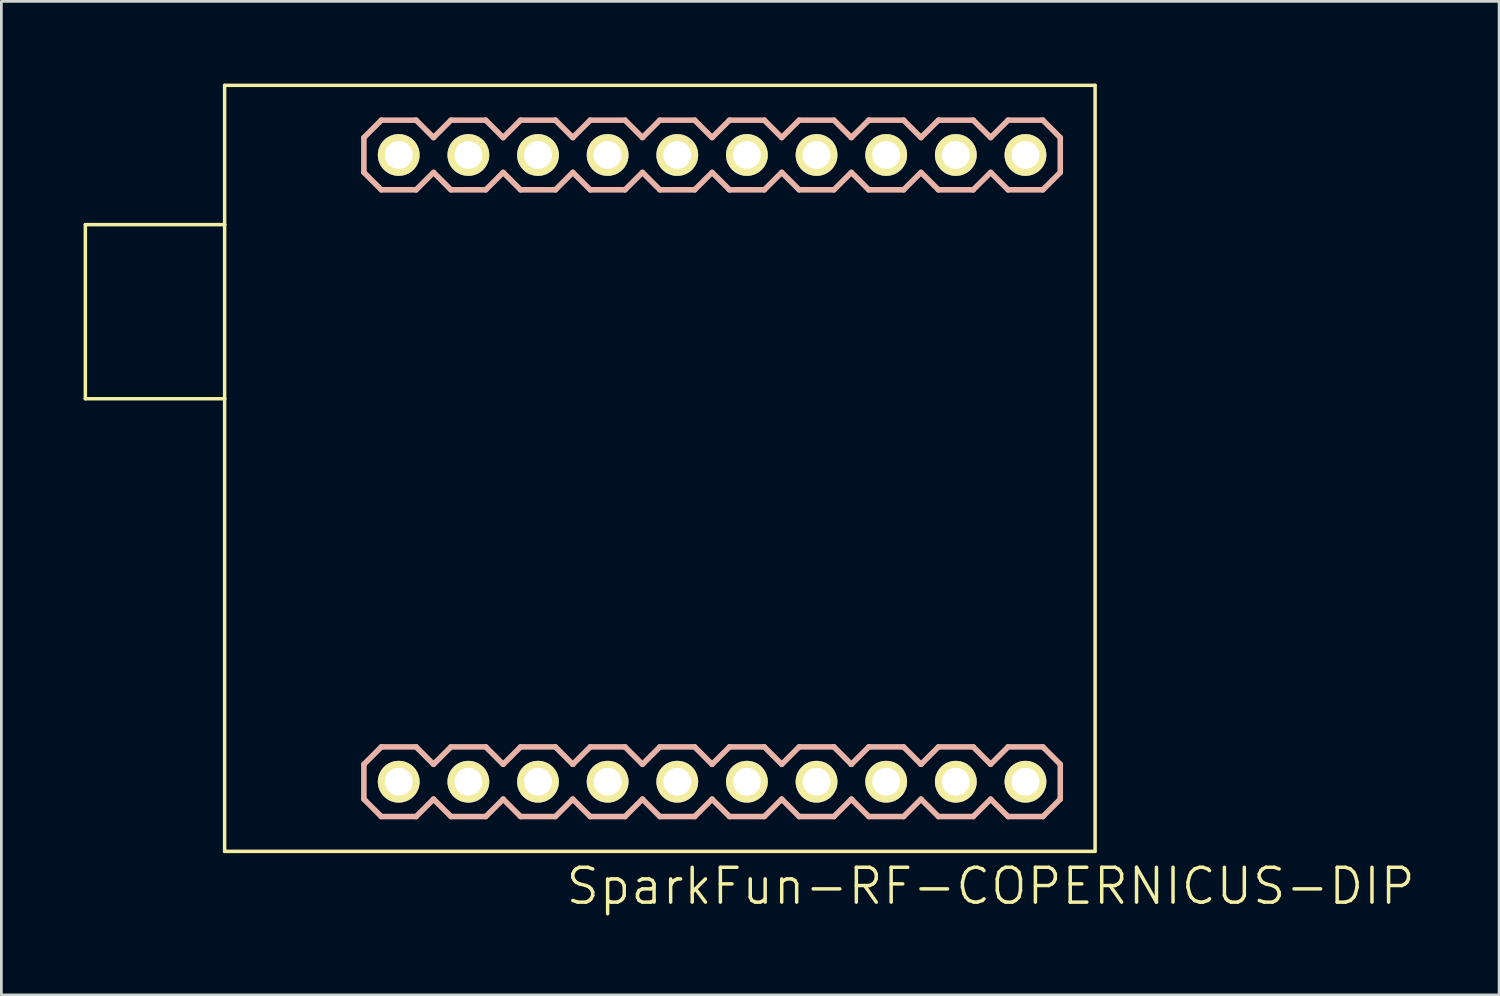
<source format=kicad_pcb>
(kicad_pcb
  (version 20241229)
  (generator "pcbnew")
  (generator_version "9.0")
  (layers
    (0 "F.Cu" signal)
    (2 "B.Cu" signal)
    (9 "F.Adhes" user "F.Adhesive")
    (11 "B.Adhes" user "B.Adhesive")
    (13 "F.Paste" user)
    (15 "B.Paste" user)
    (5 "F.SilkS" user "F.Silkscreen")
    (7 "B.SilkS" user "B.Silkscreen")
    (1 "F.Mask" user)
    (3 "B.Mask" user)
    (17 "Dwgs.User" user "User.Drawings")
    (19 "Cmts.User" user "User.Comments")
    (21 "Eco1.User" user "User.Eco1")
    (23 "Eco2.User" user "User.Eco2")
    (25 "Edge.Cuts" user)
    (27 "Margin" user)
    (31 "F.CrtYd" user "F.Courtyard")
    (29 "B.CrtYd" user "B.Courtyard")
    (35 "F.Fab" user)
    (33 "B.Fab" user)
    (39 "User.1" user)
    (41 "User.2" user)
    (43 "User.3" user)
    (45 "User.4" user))
  (footprint "SparkFun-RF-COPERNICUS-DIP"
    (layer "F.Cu")
    (at 11.493 25.463)
    (property "Reference" "SparkFun-RF-COPERNICUS-DIP" (at 21.59 3.81 0) (layer "F.SilkS") (effects (font (size 1.27 1.27) (thickness 0.127))))
    (attr exclude_from_pos_files exclude_from_bom)
    (fp_line (start -11.43 -20.32) (end -11.43 -13.97) (stroke (width 0.127) (type solid)) (layer "F.SilkS"))
    (fp_line (start -11.43 -13.97) (end -6.35 -13.97) (stroke (width 0.127) (type solid)) (layer "F.SilkS"))
    (fp_line (start -6.35 -25.4) (end -6.35 -20.32) (stroke (width 0.127) (type solid)) (layer "F.SilkS"))
    (fp_line (start -6.35 -20.32) (end -11.43 -20.32) (stroke (width 0.127) (type solid)) (layer "F.SilkS"))
    (fp_line (start -6.35 -20.32) (end -6.35 -13.97) (stroke (width 0.127) (type solid)) (layer "F.SilkS"))
    (fp_line (start -6.35 -13.97) (end -6.35 2.54) (stroke (width 0.127) (type solid)) (layer "F.SilkS"))
    (fp_line (start -6.35 2.54) (end 25.4 2.54) (stroke (width 0.127) (type solid)) (layer "F.SilkS"))
    (fp_line (start -0.254 -23.114) (end 0.254 -23.114) (stroke (width 0.066) (type solid)) (layer "F.SilkS"))
    (fp_line (start -0.254 -22.606) (end -0.254 -23.114) (stroke (width 0.066) (type solid)) (layer "F.SilkS"))
    (fp_line (start -0.254 -22.606) (end 0.254 -22.606) (stroke (width 0.066) (type solid)) (layer "F.SilkS"))
    (fp_line (start -0.254 -0.254) (end 0.254 -0.254) (stroke (width 0.066) (type solid)) (layer "F.SilkS"))
    (fp_line (start -0.254 0.254) (end -0.254 -0.254) (stroke (width 0.066) (type solid)) (layer "F.SilkS"))
    (fp_line (start -0.254 0.254) (end 0.254 0.254) (stroke (width 0.066) (type solid)) (layer "F.SilkS"))
    (fp_line (start 0.254 -22.606) (end 0.254 -23.114) (stroke (width 0.066) (type solid)) (layer "F.SilkS"))
    (fp_line (start 0.254 0.254) (end 0.254 -0.254) (stroke (width 0.066) (type solid)) (layer "F.SilkS"))
    (fp_line (start 2.286 -23.114) (end 2.794 -23.114) (stroke (width 0.066) (type solid)) (layer "F.SilkS"))
    (fp_line (start 2.286 -22.606) (end 2.286 -23.114) (stroke (width 0.066) (type solid)) (layer "F.SilkS"))
    (fp_line (start 2.286 -22.606) (end 2.794 -22.606) (stroke (width 0.066) (type solid)) (layer "F.SilkS"))
    (fp_line (start 2.286 -0.254) (end 2.794 -0.254) (stroke (width 0.066) (type solid)) (layer "F.SilkS"))
    (fp_line (start 2.286 0.254) (end 2.286 -0.254) (stroke (width 0.066) (type solid)) (layer "F.SilkS"))
    (fp_line (start 2.286 0.254) (end 2.794 0.254) (stroke (width 0.066) (type solid)) (layer "F.SilkS"))
    (fp_line (start 2.794 -22.606) (end 2.794 -23.114) (stroke (width 0.066) (type solid)) (layer "F.SilkS"))
    (fp_line (start 2.794 0.254) (end 2.794 -0.254) (stroke (width 0.066) (type solid)) (layer "F.SilkS"))
    (fp_line (start 4.826 -23.114) (end 5.334 -23.114) (stroke (width 0.066) (type solid)) (layer "F.SilkS"))
    (fp_line (start 4.826 -22.606) (end 4.826 -23.114) (stroke (width 0.066) (type solid)) (layer "F.SilkS"))
    (fp_line (start 4.826 -22.606) (end 5.334 -22.606) (stroke (width 0.066) (type solid)) (layer "F.SilkS"))
    (fp_line (start 4.826 -0.254) (end 5.334 -0.254) (stroke (width 0.066) (type solid)) (layer "F.SilkS"))
    (fp_line (start 4.826 0.254) (end 4.826 -0.254) (stroke (width 0.066) (type solid)) (layer "F.SilkS"))
    (fp_line (start 4.826 0.254) (end 5.334 0.254) (stroke (width 0.066) (type solid)) (layer "F.SilkS"))
    (fp_line (start 5.334 -22.606) (end 5.334 -23.114) (stroke (width 0.066) (type solid)) (layer "F.SilkS"))
    (fp_line (start 5.334 0.254) (end 5.334 -0.254) (stroke (width 0.066) (type solid)) (layer "F.SilkS"))
    (fp_line (start 7.366 -23.114) (end 7.874 -23.114) (stroke (width 0.066) (type solid)) (layer "F.SilkS"))
    (fp_line (start 7.366 -22.606) (end 7.366 -23.114) (stroke (width 0.066) (type solid)) (layer "F.SilkS"))
    (fp_line (start 7.366 -22.606) (end 7.874 -22.606) (stroke (width 0.066) (type solid)) (layer "F.SilkS"))
    (fp_line (start 7.366 -0.254) (end 7.874 -0.254) (stroke (width 0.066) (type solid)) (layer "F.SilkS"))
    (fp_line (start 7.366 0.254) (end 7.366 -0.254) (stroke (width 0.066) (type solid)) (layer "F.SilkS"))
    (fp_line (start 7.366 0.254) (end 7.874 0.254) (stroke (width 0.066) (type solid)) (layer "F.SilkS"))
    (fp_line (start 7.874 -22.606) (end 7.874 -23.114) (stroke (width 0.066) (type solid)) (layer "F.SilkS"))
    (fp_line (start 7.874 0.254) (end 7.874 -0.254) (stroke (width 0.066) (type solid)) (layer "F.SilkS"))
    (fp_line (start 9.906 -23.114) (end 10.414 -23.114) (stroke (width 0.066) (type solid)) (layer "F.SilkS"))
    (fp_line (start 9.906 -22.606) (end 9.906 -23.114) (stroke (width 0.066) (type solid)) (layer "F.SilkS"))
    (fp_line (start 9.906 -22.606) (end 10.414 -22.606) (stroke (width 0.066) (type solid)) (layer "F.SilkS"))
    (fp_line (start 9.906 -0.254) (end 10.414 -0.254) (stroke (width 0.066) (type solid)) (layer "F.SilkS"))
    (fp_line (start 9.906 0.254) (end 9.906 -0.254) (stroke (width 0.066) (type solid)) (layer "F.SilkS"))
    (fp_line (start 9.906 0.254) (end 10.414 0.254) (stroke (width 0.066) (type solid)) (layer "F.SilkS"))
    (fp_line (start 10.414 -22.606) (end 10.414 -23.114) (stroke (width 0.066) (type solid)) (layer "F.SilkS"))
    (fp_line (start 10.414 0.254) (end 10.414 -0.254) (stroke (width 0.066) (type solid)) (layer "F.SilkS"))
    (fp_line (start 12.446 -23.114) (end 12.954 -23.114) (stroke (width 0.066) (type solid)) (layer "F.SilkS"))
    (fp_line (start 12.446 -22.606) (end 12.446 -23.114) (stroke (width 0.066) (type solid)) (layer "F.SilkS"))
    (fp_line (start 12.446 -22.606) (end 12.954 -22.606) (stroke (width 0.066) (type solid)) (layer "F.SilkS"))
    (fp_line (start 12.446 -0.254) (end 12.954 -0.254) (stroke (width 0.066) (type solid)) (layer "F.SilkS"))
    (fp_line (start 12.446 0.254) (end 12.446 -0.254) (stroke (width 0.066) (type solid)) (layer "F.SilkS"))
    (fp_line (start 12.446 0.254) (end 12.954 0.254) (stroke (width 0.066) (type solid)) (layer "F.SilkS"))
    (fp_line (start 12.954 -22.606) (end 12.954 -23.114) (stroke (width 0.066) (type solid)) (layer "F.SilkS"))
    (fp_line (start 12.954 0.254) (end 12.954 -0.254) (stroke (width 0.066) (type solid)) (layer "F.SilkS"))
    (fp_line (start 14.986 -23.114) (end 15.494 -23.114) (stroke (width 0.066) (type solid)) (layer "F.SilkS"))
    (fp_line (start 14.986 -22.606) (end 14.986 -23.114) (stroke (width 0.066) (type solid)) (layer "F.SilkS"))
    (fp_line (start 14.986 -22.606) (end 15.494 -22.606) (stroke (width 0.066) (type solid)) (layer "F.SilkS"))
    (fp_line (start 14.986 -0.254) (end 15.494 -0.254) (stroke (width 0.066) (type solid)) (layer "F.SilkS"))
    (fp_line (start 14.986 0.254) (end 14.986 -0.254) (stroke (width 0.066) (type solid)) (layer "F.SilkS"))
    (fp_line (start 14.986 0.254) (end 15.494 0.254) (stroke (width 0.066) (type solid)) (layer "F.SilkS"))
    (fp_line (start 15.494 -22.606) (end 15.494 -23.114) (stroke (width 0.066) (type solid)) (layer "F.SilkS"))
    (fp_line (start 15.494 0.254) (end 15.494 -0.254) (stroke (width 0.066) (type solid)) (layer "F.SilkS"))
    (fp_line (start 17.523 -23.114) (end 18.034 -23.114) (stroke (width 0.066) (type solid)) (layer "F.SilkS"))
    (fp_line (start 17.523 -22.606) (end 17.523 -23.114) (stroke (width 0.066) (type solid)) (layer "F.SilkS"))
    (fp_line (start 17.523 -22.606) (end 18.034 -22.606) (stroke (width 0.066) (type solid)) (layer "F.SilkS"))
    (fp_line (start 17.523 -0.254) (end 18.034 -0.254) (stroke (width 0.066) (type solid)) (layer "F.SilkS"))
    (fp_line (start 17.523 0.254) (end 17.523 -0.254) (stroke (width 0.066) (type solid)) (layer "F.SilkS"))
    (fp_line (start 17.523 0.254) (end 18.034 0.254) (stroke (width 0.066) (type solid)) (layer "F.SilkS"))
    (fp_line (start 18.034 -22.606) (end 18.034 -23.114) (stroke (width 0.066) (type solid)) (layer "F.SilkS"))
    (fp_line (start 18.034 0.254) (end 18.034 -0.254) (stroke (width 0.066) (type solid)) (layer "F.SilkS"))
    (fp_line (start 20.066 -23.114) (end 20.574 -23.114) (stroke (width 0.066) (type solid)) (layer "F.SilkS"))
    (fp_line (start 20.066 -22.606) (end 20.066 -23.114) (stroke (width 0.066) (type solid)) (layer "F.SilkS"))
    (fp_line (start 20.066 -22.606) (end 20.574 -22.606) (stroke (width 0.066) (type solid)) (layer "F.SilkS"))
    (fp_line (start 20.066 -0.254) (end 20.574 -0.254) (stroke (width 0.066) (type solid)) (layer "F.SilkS"))
    (fp_line (start 20.066 0.254) (end 20.066 -0.254) (stroke (width 0.066) (type solid)) (layer "F.SilkS"))
    (fp_line (start 20.066 0.254) (end 20.574 0.254) (stroke (width 0.066) (type solid)) (layer "F.SilkS"))
    (fp_line (start 20.574 -22.606) (end 20.574 -23.114) (stroke (width 0.066) (type solid)) (layer "F.SilkS"))
    (fp_line (start 20.574 0.254) (end 20.574 -0.254) (stroke (width 0.066) (type solid)) (layer "F.SilkS"))
    (fp_line (start 22.606 -23.114) (end 23.114 -23.114) (stroke (width 0.066) (type solid)) (layer "F.SilkS"))
    (fp_line (start 22.606 -22.606) (end 22.606 -23.114) (stroke (width 0.066) (type solid)) (layer "F.SilkS"))
    (fp_line (start 22.606 -22.606) (end 23.114 -22.606) (stroke (width 0.066) (type solid)) (layer "F.SilkS"))
    (fp_line (start 22.606 -0.254) (end 23.114 -0.254) (stroke (width 0.066) (type solid)) (layer "F.SilkS"))
    (fp_line (start 22.606 0.254) (end 22.606 -0.254) (stroke (width 0.066) (type solid)) (layer "F.SilkS"))
    (fp_line (start 22.606 0.254) (end 23.114 0.254) (stroke (width 0.066) (type solid)) (layer "F.SilkS"))
    (fp_line (start 23.114 -22.606) (end 23.114 -23.114) (stroke (width 0.066) (type solid)) (layer "F.SilkS"))
    (fp_line (start 23.114 0.254) (end 23.114 -0.254) (stroke (width 0.066) (type solid)) (layer "F.SilkS"))
    (fp_line (start 25.4 -25.4) (end -6.35 -25.4) (stroke (width 0.127) (type solid)) (layer "F.SilkS"))
    (fp_line (start 25.4 2.54) (end 25.4 -25.4) (stroke (width 0.127) (type solid)) (layer "F.SilkS"))
    (fp_line (start -1.27 -23.495) (end -1.27 -22.225) (stroke (width 0.203) (type solid)) (layer "B.SilkS"))
    (fp_line (start -1.27 -22.225) (end -0.635 -21.59) (stroke (width 0.203) (type solid)) (layer "B.SilkS"))
    (fp_line (start -1.27 -0.635) (end -1.27 0.635) (stroke (width 0.203) (type solid)) (layer "B.SilkS"))
    (fp_line (start -1.27 0.635) (end -0.635 1.27) (stroke (width 0.203) (type solid)) (layer "B.SilkS"))
    (fp_line (start -0.635 -24.13) (end -1.27 -23.495) (stroke (width 0.203) (type solid)) (layer "B.SilkS"))
    (fp_line (start -0.635 -24.13) (end 0.635 -24.13) (stroke (width 0.203) (type solid)) (layer "B.SilkS"))
    (fp_line (start -0.635 -1.27) (end -1.27 -0.635) (stroke (width 0.203) (type solid)) (layer "B.SilkS"))
    (fp_line (start -0.635 -1.27) (end 0.635 -1.27) (stroke (width 0.203) (type solid)) (layer "B.SilkS"))
    (fp_line (start 0.635 -24.13) (end 1.27 -23.495) (stroke (width 0.203) (type solid)) (layer "B.SilkS"))
    (fp_line (start 0.635 -21.59) (end -0.635 -21.59) (stroke (width 0.203) (type solid)) (layer "B.SilkS"))
    (fp_line (start 0.635 -1.27) (end 1.27 -0.635) (stroke (width 0.203) (type solid)) (layer "B.SilkS"))
    (fp_line (start 0.635 1.27) (end -0.635 1.27) (stroke (width 0.203) (type solid)) (layer "B.SilkS"))
    (fp_line (start 1.27 -23.495) (end 1.905 -24.13) (stroke (width 0.203) (type solid)) (layer "B.SilkS"))
    (fp_line (start 1.27 -22.225) (end 0.635 -21.59) (stroke (width 0.203) (type solid)) (layer "B.SilkS"))
    (fp_line (start 1.27 -0.635) (end 1.905 -1.27) (stroke (width 0.203) (type solid)) (layer "B.SilkS"))
    (fp_line (start 1.27 0.635) (end 0.635 1.27) (stroke (width 0.203) (type solid)) (layer "B.SilkS"))
    (fp_line (start 1.905 -24.13) (end 3.175 -24.13) (stroke (width 0.203) (type solid)) (layer "B.SilkS"))
    (fp_line (start 1.905 -21.59) (end 1.27 -22.225) (stroke (width 0.203) (type solid)) (layer "B.SilkS"))
    (fp_line (start 1.905 -1.27) (end 3.175 -1.27) (stroke (width 0.203) (type solid)) (layer "B.SilkS"))
    (fp_line (start 1.905 1.27) (end 1.27 0.635) (stroke (width 0.203) (type solid)) (layer "B.SilkS"))
    (fp_line (start 3.175 -24.13) (end 3.81 -23.495) (stroke (width 0.203) (type solid)) (layer "B.SilkS"))
    (fp_line (start 3.175 -21.59) (end 1.905 -21.59) (stroke (width 0.203) (type solid)) (layer "B.SilkS"))
    (fp_line (start 3.175 -1.27) (end 3.81 -0.635) (stroke (width 0.203) (type solid)) (layer "B.SilkS"))
    (fp_line (start 3.175 1.27) (end 1.905 1.27) (stroke (width 0.203) (type solid)) (layer "B.SilkS"))
    (fp_line (start 3.81 -23.495) (end 4.445 -24.13) (stroke (width 0.203) (type solid)) (layer "B.SilkS"))
    (fp_line (start 3.81 -22.225) (end 3.175 -21.59) (stroke (width 0.203) (type solid)) (layer "B.SilkS"))
    (fp_line (start 3.81 -0.635) (end 4.445 -1.27) (stroke (width 0.203) (type solid)) (layer "B.SilkS"))
    (fp_line (start 3.81 0.635) (end 3.175 1.27) (stroke (width 0.203) (type solid)) (layer "B.SilkS"))
    (fp_line (start 4.445 -24.13) (end 5.715 -24.13) (stroke (width 0.203) (type solid)) (layer "B.SilkS"))
    (fp_line (start 4.445 -21.59) (end 3.81 -22.225) (stroke (width 0.203) (type solid)) (layer "B.SilkS"))
    (fp_line (start 4.445 -1.27) (end 5.715 -1.27) (stroke (width 0.203) (type solid)) (layer "B.SilkS"))
    (fp_line (start 4.445 1.27) (end 3.81 0.635) (stroke (width 0.203) (type solid)) (layer "B.SilkS"))
    (fp_line (start 5.715 -24.13) (end 6.35 -23.495) (stroke (width 0.203) (type solid)) (layer "B.SilkS"))
    (fp_line (start 5.715 -21.59) (end 4.445 -21.59) (stroke (width 0.203) (type solid)) (layer "B.SilkS"))
    (fp_line (start 5.715 -1.27) (end 6.35 -0.635) (stroke (width 0.203) (type solid)) (layer "B.SilkS"))
    (fp_line (start 5.715 1.27) (end 4.445 1.27) (stroke (width 0.203) (type solid)) (layer "B.SilkS"))
    (fp_line (start 6.35 -22.225) (end 5.715 -21.59) (stroke (width 0.203) (type solid)) (layer "B.SilkS"))
    (fp_line (start 6.35 -22.225) (end 6.985 -21.59) (stroke (width 0.203) (type solid)) (layer "B.SilkS"))
    (fp_line (start 6.35 0.635) (end 5.715 1.27) (stroke (width 0.203) (type solid)) (layer "B.SilkS"))
    (fp_line (start 6.35 0.635) (end 6.985 1.27) (stroke (width 0.203) (type solid)) (layer "B.SilkS"))
    (fp_line (start 6.985 -24.13) (end 6.35 -23.495) (stroke (width 0.203) (type solid)) (layer "B.SilkS"))
    (fp_line (start 6.985 -24.13) (end 8.255 -24.13) (stroke (width 0.203) (type solid)) (layer "B.SilkS"))
    (fp_line (start 6.985 -1.27) (end 6.35 -0.635) (stroke (width 0.203) (type solid)) (layer "B.SilkS"))
    (fp_line (start 6.985 -1.27) (end 8.255 -1.27) (stroke (width 0.203) (type solid)) (layer "B.SilkS"))
    (fp_line (start 8.255 -24.13) (end 8.89 -23.495) (stroke (width 0.203) (type solid)) (layer "B.SilkS"))
    (fp_line (start 8.255 -21.59) (end 6.985 -21.59) (stroke (width 0.203) (type solid)) (layer "B.SilkS"))
    (fp_line (start 8.255 -1.27) (end 8.89 -0.635) (stroke (width 0.203) (type solid)) (layer "B.SilkS"))
    (fp_line (start 8.255 1.27) (end 6.985 1.27) (stroke (width 0.203) (type solid)) (layer "B.SilkS"))
    (fp_line (start 8.89 -23.495) (end 9.525 -24.13) (stroke (width 0.203) (type solid)) (layer "B.SilkS"))
    (fp_line (start 8.89 -22.225) (end 8.255 -21.59) (stroke (width 0.203) (type solid)) (layer "B.SilkS"))
    (fp_line (start 8.89 -0.635) (end 9.525 -1.27) (stroke (width 0.203) (type solid)) (layer "B.SilkS"))
    (fp_line (start 8.89 0.635) (end 8.255 1.27) (stroke (width 0.203) (type solid)) (layer "B.SilkS"))
    (fp_line (start 9.525 -24.13) (end 10.795 -24.13) (stroke (width 0.203) (type solid)) (layer "B.SilkS"))
    (fp_line (start 9.525 -21.59) (end 8.89 -22.225) (stroke (width 0.203) (type solid)) (layer "B.SilkS"))
    (fp_line (start 9.525 -1.27) (end 10.795 -1.27) (stroke (width 0.203) (type solid)) (layer "B.SilkS"))
    (fp_line (start 9.525 1.27) (end 8.89 0.635) (stroke (width 0.203) (type solid)) (layer "B.SilkS"))
    (fp_line (start 10.795 -24.13) (end 11.43 -23.495) (stroke (width 0.203) (type solid)) (layer "B.SilkS"))
    (fp_line (start 10.795 -21.59) (end 9.525 -21.59) (stroke (width 0.203) (type solid)) (layer "B.SilkS"))
    (fp_line (start 10.795 -1.27) (end 11.43 -0.635) (stroke (width 0.203) (type solid)) (layer "B.SilkS"))
    (fp_line (start 10.795 1.27) (end 9.525 1.27) (stroke (width 0.203) (type solid)) (layer "B.SilkS"))
    (fp_line (start 11.43 -23.495) (end 12.065 -24.13) (stroke (width 0.203) (type solid)) (layer "B.SilkS"))
    (fp_line (start 11.43 -22.225) (end 10.795 -21.59) (stroke (width 0.203) (type solid)) (layer "B.SilkS"))
    (fp_line (start 11.43 -0.635) (end 12.065 -1.27) (stroke (width 0.203) (type solid)) (layer "B.SilkS"))
    (fp_line (start 11.43 0.635) (end 10.795 1.27) (stroke (width 0.203) (type solid)) (layer "B.SilkS"))
    (fp_line (start 12.065 -24.13) (end 13.335 -24.13) (stroke (width 0.203) (type solid)) (layer "B.SilkS"))
    (fp_line (start 12.065 -21.59) (end 11.43 -22.225) (stroke (width 0.203) (type solid)) (layer "B.SilkS"))
    (fp_line (start 12.065 -1.27) (end 13.335 -1.27) (stroke (width 0.203) (type solid)) (layer "B.SilkS"))
    (fp_line (start 12.065 1.27) (end 11.43 0.635) (stroke (width 0.203) (type solid)) (layer "B.SilkS"))
    (fp_line (start 13.335 -24.13) (end 13.97 -23.495) (stroke (width 0.203) (type solid)) (layer "B.SilkS"))
    (fp_line (start 13.335 -21.59) (end 12.065 -21.59) (stroke (width 0.203) (type solid)) (layer "B.SilkS"))
    (fp_line (start 13.335 -1.27) (end 13.97 -0.635) (stroke (width 0.203) (type solid)) (layer "B.SilkS"))
    (fp_line (start 13.335 1.27) (end 12.065 1.27) (stroke (width 0.203) (type solid)) (layer "B.SilkS"))
    (fp_line (start 13.97 -22.225) (end 13.335 -21.59) (stroke (width 0.203) (type solid)) (layer "B.SilkS"))
    (fp_line (start 13.97 -22.225) (end 14.605 -21.59) (stroke (width 0.203) (type solid)) (layer "B.SilkS"))
    (fp_line (start 13.97 0.635) (end 13.335 1.27) (stroke (width 0.203) (type solid)) (layer "B.SilkS"))
    (fp_line (start 13.97 0.635) (end 14.605 1.27) (stroke (width 0.203) (type solid)) (layer "B.SilkS"))
    (fp_line (start 14.605 -24.13) (end 13.97 -23.495) (stroke (width 0.203) (type solid)) (layer "B.SilkS"))
    (fp_line (start 14.605 -24.13) (end 15.875 -24.13) (stroke (width 0.203) (type solid)) (layer "B.SilkS"))
    (fp_line (start 14.605 -1.27) (end 13.97 -0.635) (stroke (width 0.203) (type solid)) (layer "B.SilkS"))
    (fp_line (start 14.605 -1.27) (end 15.875 -1.27) (stroke (width 0.203) (type solid)) (layer "B.SilkS"))
    (fp_line (start 15.875 -24.13) (end 16.51 -23.495) (stroke (width 0.203) (type solid)) (layer "B.SilkS"))
    (fp_line (start 15.875 -21.59) (end 14.605 -21.59) (stroke (width 0.203) (type solid)) (layer "B.SilkS"))
    (fp_line (start 15.875 -1.27) (end 16.51 -0.635) (stroke (width 0.203) (type solid)) (layer "B.SilkS"))
    (fp_line (start 15.875 1.27) (end 14.605 1.27) (stroke (width 0.203) (type solid)) (layer "B.SilkS"))
    (fp_line (start 16.51 -22.225) (end 15.875 -21.59) (stroke (width 0.203) (type solid)) (layer "B.SilkS"))
    (fp_line (start 16.51 -22.225) (end 17.145 -21.59) (stroke (width 0.203) (type solid)) (layer "B.SilkS"))
    (fp_line (start 16.51 0.635) (end 15.875 1.27) (stroke (width 0.203) (type solid)) (layer "B.SilkS"))
    (fp_line (start 16.51 0.635) (end 17.145 1.27) (stroke (width 0.203) (type solid)) (layer "B.SilkS"))
    (fp_line (start 17.145 -24.13) (end 16.51 -23.495) (stroke (width 0.203) (type solid)) (layer "B.SilkS"))
    (fp_line (start 17.145 -24.13) (end 18.415 -24.13) (stroke (width 0.203) (type solid)) (layer "B.SilkS"))
    (fp_line (start 17.145 -1.27) (end 16.51 -0.635) (stroke (width 0.203) (type solid)) (layer "B.SilkS"))
    (fp_line (start 17.145 -1.27) (end 18.415 -1.27) (stroke (width 0.203) (type solid)) (layer "B.SilkS"))
    (fp_line (start 18.415 -24.13) (end 19.05 -23.495) (stroke (width 0.203) (type solid)) (layer "B.SilkS"))
    (fp_line (start 18.415 -21.59) (end 17.145 -21.59) (stroke (width 0.203) (type solid)) (layer "B.SilkS"))
    (fp_line (start 18.415 -1.27) (end 19.05 -0.635) (stroke (width 0.203) (type solid)) (layer "B.SilkS"))
    (fp_line (start 18.415 1.27) (end 17.145 1.27) (stroke (width 0.203) (type solid)) (layer "B.SilkS"))
    (fp_line (start 19.05 -23.495) (end 19.685 -24.13) (stroke (width 0.203) (type solid)) (layer "B.SilkS"))
    (fp_line (start 19.05 -22.225) (end 18.415 -21.59) (stroke (width 0.203) (type solid)) (layer "B.SilkS"))
    (fp_line (start 19.05 -0.635) (end 19.685 -1.27) (stroke (width 0.203) (type solid)) (layer "B.SilkS"))
    (fp_line (start 19.05 0.635) (end 18.415 1.27) (stroke (width 0.203) (type solid)) (layer "B.SilkS"))
    (fp_line (start 19.685 -24.13) (end 20.955 -24.13) (stroke (width 0.203) (type solid)) (layer "B.SilkS"))
    (fp_line (start 19.685 -21.59) (end 19.05 -22.225) (stroke (width 0.203) (type solid)) (layer "B.SilkS"))
    (fp_line (start 19.685 -1.27) (end 20.955 -1.27) (stroke (width 0.203) (type solid)) (layer "B.SilkS"))
    (fp_line (start 19.685 1.27) (end 19.05 0.635) (stroke (width 0.203) (type solid)) (layer "B.SilkS"))
    (fp_line (start 20.955 -24.13) (end 21.59 -23.495) (stroke (width 0.203) (type solid)) (layer "B.SilkS"))
    (fp_line (start 20.955 -21.59) (end 19.685 -21.59) (stroke (width 0.203) (type solid)) (layer "B.SilkS"))
    (fp_line (start 20.955 -1.27) (end 21.59 -0.635) (stroke (width 0.203) (type solid)) (layer "B.SilkS"))
    (fp_line (start 20.955 1.27) (end 19.685 1.27) (stroke (width 0.203) (type solid)) (layer "B.SilkS"))
    (fp_line (start 21.59 -23.495) (end 22.225 -24.13) (stroke (width 0.203) (type solid)) (layer "B.SilkS"))
    (fp_line (start 21.59 -22.225) (end 20.955 -21.59) (stroke (width 0.203) (type solid)) (layer "B.SilkS"))
    (fp_line (start 21.59 -0.635) (end 22.225 -1.27) (stroke (width 0.203) (type solid)) (layer "B.SilkS"))
    (fp_line (start 21.59 0.635) (end 20.955 1.27) (stroke (width 0.203) (type solid)) (layer "B.SilkS"))
    (fp_line (start 22.225 -24.13) (end 23.495 -24.13) (stroke (width 0.203) (type solid)) (layer "B.SilkS"))
    (fp_line (start 22.225 -21.59) (end 21.59 -22.225) (stroke (width 0.203) (type solid)) (layer "B.SilkS"))
    (fp_line (start 22.225 -1.27) (end 23.495 -1.27) (stroke (width 0.203) (type solid)) (layer "B.SilkS"))
    (fp_line (start 22.225 1.27) (end 21.59 0.635) (stroke (width 0.203) (type solid)) (layer "B.SilkS"))
    (fp_line (start 23.495 -24.13) (end 24.13 -23.495) (stroke (width 0.203) (type solid)) (layer "B.SilkS"))
    (fp_line (start 23.495 -21.59) (end 22.225 -21.59) (stroke (width 0.203) (type solid)) (layer "B.SilkS"))
    (fp_line (start 23.495 -1.27) (end 24.13 -0.635) (stroke (width 0.203) (type solid)) (layer "B.SilkS"))
    (fp_line (start 23.495 1.27) (end 22.225 1.27) (stroke (width 0.203) (type solid)) (layer "B.SilkS"))
    (fp_line (start 24.13 -23.495) (end 24.13 -22.225) (stroke (width 0.203) (type solid)) (layer "B.SilkS"))
    (fp_line (start 24.13 -22.225) (end 23.495 -21.59) (stroke (width 0.203) (type solid)) (layer "B.SilkS"))
    (fp_line (start 24.13 -0.635) (end 24.13 0.635) (stroke (width 0.203) (type solid)) (layer "B.SilkS"))
    (fp_line (start 24.13 0.635) (end 23.495 1.27) (stroke (width 0.203) (type solid)) (layer "B.SilkS"))
    (pad "1" thru_hole circle (at 0 0) (size 1.524 1.524) (drill 1.016) (layers "*.Cu" "F.Mask" "F.SilkS" "F.Paste"))
    (pad "2" thru_hole circle (at 2.54 0) (size 1.524 1.524) (drill 1.016) (layers "*.Cu" "F.Mask" "F.SilkS" "F.Paste"))
    (pad "3" thru_hole circle (at 5.08 0) (size 1.524 1.524) (drill 1.016) (layers "*.Cu" "F.Mask" "F.SilkS" "F.Paste"))
    (pad "4" thru_hole circle (at 7.62 0) (size 1.524 1.524) (drill 1.016) (layers "*.Cu" "F.Mask" "F.SilkS" "F.Paste"))
    (pad "5" thru_hole circle (at 10.16 0) (size 1.524 1.524) (drill 1.016) (layers "*.Cu" "F.Mask" "F.SilkS" "F.Paste"))
    (pad "6" thru_hole circle (at 12.7 0) (size 1.524 1.524) (drill 1.016) (layers "*.Cu" "F.Mask" "F.SilkS" "F.Paste"))
    (pad "7" thru_hole circle (at 15.24 0) (size 1.524 1.524) (drill 1.016) (layers "*.Cu" "F.Mask" "F.SilkS" "F.Paste"))
    (pad "8" thru_hole circle (at 17.78 0) (size 1.524 1.524) (drill 1.016) (layers "*.Cu" "F.Mask" "F.SilkS" "F.Paste"))
    (pad "9" thru_hole circle (at 20.32 0) (size 1.524 1.524) (drill 1.016) (layers "*.Cu" "F.Mask" "F.SilkS" "F.Paste"))
    (pad "10" thru_hole circle (at 22.86 0) (size 1.524 1.524) (drill 1.016) (layers "*.Cu" "F.Mask" "F.SilkS" "F.Paste"))
    (pad "11" thru_hole circle (at 22.86 -22.86) (size 1.524 1.524) (drill 1.016) (layers "*.Cu" "F.Mask" "F.SilkS" "F.Paste"))
    (pad "12" thru_hole circle (at 20.32 -22.86) (size 1.524 1.524) (drill 1.016) (layers "*.Cu" "F.Mask" "F.SilkS" "F.Paste"))
    (pad "13" thru_hole circle (at 17.78 -22.86) (size 1.524 1.524) (drill 1.016) (layers "*.Cu" "F.Mask" "F.SilkS" "F.Paste"))
    (pad "14" thru_hole circle (at 15.24 -22.86) (size 1.524 1.524) (drill 1.016) (layers "*.Cu" "F.Mask" "F.SilkS" "F.Paste"))
    (pad "15" thru_hole circle (at 12.7 -22.86) (size 1.524 1.524) (drill 1.016) (layers "*.Cu" "F.Mask" "F.SilkS" "F.Paste"))
    (pad "16" thru_hole circle (at 10.16 -22.86) (size 1.524 1.524) (drill 1.016) (layers "*.Cu" "F.Mask" "F.SilkS" "F.Paste"))
    (pad "17" thru_hole circle (at 7.62 -22.86) (size 1.524 1.524) (drill 1.016) (layers "*.Cu" "F.Mask" "F.SilkS" "F.Paste"))
    (pad "18" thru_hole circle (at 5.08 -22.86) (size 1.524 1.524) (drill 1.016) (layers "*.Cu" "F.Mask" "F.SilkS" "F.Paste"))
    (pad "19" thru_hole circle (at 2.54 -22.86) (size 1.524 1.524) (drill 1.016) (layers "*.Cu" "F.Mask" "F.SilkS" "F.Paste"))
    (pad "20" thru_hole circle (at 0 -22.86) (size 1.524 1.524) (drill 1.016) (layers "*.Cu" "F.Mask" "F.SilkS" "F.Paste")))
  (gr_rect
    (start -3 -3)
    (end 51.629 33.239)
    (stroke (width 0.1) (type default))
    (fill no)
    (layer "Edge.Cuts")))
</source>
